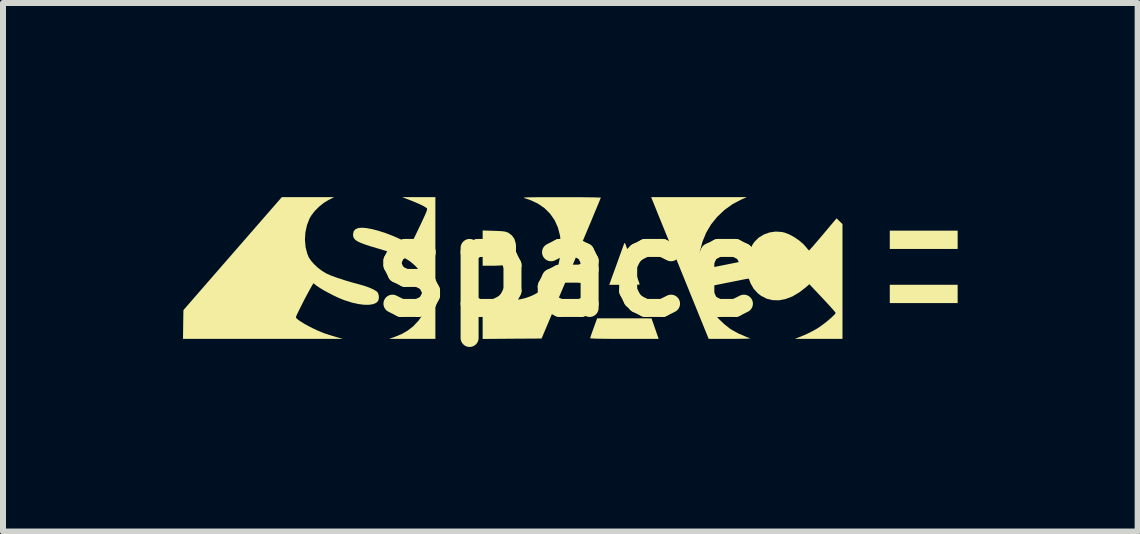
<source format=kicad_pcb>
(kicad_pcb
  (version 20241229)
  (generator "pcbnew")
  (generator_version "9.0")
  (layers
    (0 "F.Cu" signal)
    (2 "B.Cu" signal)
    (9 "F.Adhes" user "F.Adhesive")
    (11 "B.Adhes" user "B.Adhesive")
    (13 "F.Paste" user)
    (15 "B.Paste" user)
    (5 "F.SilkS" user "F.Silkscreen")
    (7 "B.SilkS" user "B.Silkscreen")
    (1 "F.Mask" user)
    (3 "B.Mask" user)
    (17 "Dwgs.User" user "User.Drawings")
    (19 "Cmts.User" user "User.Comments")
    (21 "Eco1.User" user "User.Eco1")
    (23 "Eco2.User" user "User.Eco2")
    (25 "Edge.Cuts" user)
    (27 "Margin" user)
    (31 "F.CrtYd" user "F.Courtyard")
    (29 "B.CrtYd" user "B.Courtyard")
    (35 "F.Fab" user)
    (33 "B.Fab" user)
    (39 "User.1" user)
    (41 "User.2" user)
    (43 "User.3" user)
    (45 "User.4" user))
  (footprint "space"
    (layer "F.Cu")
    (at 6.455 1.404)
    (property "Reference" "space" (at 0 0 0) (layer "F.SilkS") (effects (font (size 1.5 1.5) (thickness 0.3))))
    (attr board_only exclude_from_pos_files exclude_from_bom)
    (fp_poly (pts (xy 6.455 -0.457) (xy 6.455 -0.305) (xy 5.889 -0.305) (xy 5.324 -0.305) (xy 5.324 -0.457) (xy 5.324 -0.61) (xy 5.889 -0.61) (xy 6.455 -0.61)) (stroke (width 0) (type solid)) (fill yes) (layer "F.SilkS"))
    (fp_poly (pts (xy 6.455 0.445) (xy 6.455 0.597) (xy 5.889 0.597) (xy 5.324 0.597) (xy 5.324 0.445) (xy 5.324 0.292) (xy 5.889 0.292) (xy 6.455 0.292)) (stroke (width 0) (type solid)) (fill yes) (layer "F.SilkS"))
    (fp_poly (pts (xy 0.9 0.851) (xy 1.353 0.852) (xy 1.413 1.023) (xy 1.472 1.194) (xy 0.901 1.194) (xy 0.77 1.194) (xy 0.653 1.193) (xy 0.551 1.192) (xy 0.466 1.191) (xy 0.4 1.189) (xy 0.355 1.186) (xy 0.332 1.184) (xy 0.33 1.183) (xy 0.335 1.167) (xy 0.346 1.132) (xy 0.363 1.083) (xy 0.384 1.025) (xy 0.389 1.011) (xy 0.447 0.851)) (stroke (width 0) (type solid)) (fill yes) (layer "F.SilkS"))
    (fp_poly (pts (xy -1.274 -0.607) (xy -1.197 -0.604) (xy -1.141 -0.601) (xy -1.1 -0.596) (xy -1.069 -0.589) (xy -1.043 -0.579) (xy -1.032 -0.574) (xy -0.974 -0.531) (xy -0.933 -0.474) (xy -0.91 -0.4) (xy -0.905 -0.356) (xy -0.906 -0.263) (xy -0.923 -0.188) (xy -0.957 -0.126) (xy -0.979 -0.101) (xy -1.012 -0.073) (xy -1.05 -0.053) (xy -1.097 -0.039) (xy -1.158 -0.03) (xy -1.237 -0.026) (xy -1.302 -0.025) (xy -1.461 -0.025) (xy -1.461 -0.319) (xy -1.461 -0.613)) (stroke (width 0) (type solid)) (fill yes) (layer "F.SilkS"))
    (fp_poly (pts (xy 0.91 -0.403) (xy 0.913 -0.397) (xy 0.915 -0.393) (xy 0.921 -0.378) (xy 0.934 -0.342) (xy 0.953 -0.291) (xy 0.976 -0.227) (xy 1.002 -0.155) (xy 1.03 -0.077) (xy 1.058 0.001) (xy 1.084 0.077) (xy 1.109 0.147) (xy 1.129 0.207) (xy 1.145 0.252) (xy 1.154 0.28) (xy 1.156 0.288) (xy 1.144 0.289) (xy 1.111 0.29) (xy 1.059 0.291) (xy 0.994 0.292) (xy 0.918 0.292) (xy 0.903 0.292) (xy 0.649 0.292) (xy 0.7 0.149) (xy 0.725 0.081) (xy 0.755 -0.001) (xy 0.786 -0.087) (xy 0.814 -0.167) (xy 0.816 -0.172) (xy 0.846 -0.254) (xy 0.868 -0.315) (xy 0.884 -0.358) (xy 0.894 -0.386) (xy 0.902 -0.4) (xy 0.906 -0.405)) (stroke (width 0) (type solid)) (fill yes) (layer "F.SilkS"))
    (fp_poly (pts (xy 2.144 -1.169) (xy 2.942 -1.169) (xy 2.846 -1.127) (xy 2.702 -1.051) (xy 2.568 -0.954) (xy 2.448 -0.84) (xy 2.345 -0.713) (xy 2.265 -0.578) (xy 2.201 -0.423) (xy 2.159 -0.259) (xy 2.139 -0.089) (xy 2.141 0.083) (xy 2.164 0.253) (xy 2.208 0.419) (xy 2.272 0.577) (xy 2.351 0.713) (xy 2.411 0.791) (xy 2.486 0.873) (xy 2.568 0.95) (xy 2.651 1.016) (xy 2.694 1.045) (xy 2.802 1.104) (xy 2.932 1.16) (xy 2.999 1.186) (xy 2.992 1.187) (xy 2.962 1.189) (xy 2.913 1.191) (xy 2.848 1.192) (xy 2.769 1.193) (xy 2.679 1.193) (xy 2.662 1.193) (xy 2.306 1.194) (xy 1.843 0.054) (xy 1.777 -0.109) (xy 1.713 -0.265) (xy 1.653 -0.414) (xy 1.596 -0.554) (xy 1.544 -0.682) (xy 1.497 -0.797) (xy 1.456 -0.898) (xy 1.422 -0.983) (xy 1.395 -1.05) (xy 1.376 -1.097) (xy 1.365 -1.124) (xy 1.363 -1.128) (xy 1.347 -1.169)) (stroke (width 0) (type solid)) (fill yes) (layer "F.SilkS"))
    (fp_poly (pts (xy -0.028 -1.168) (xy 0.091 -1.168) (xy 0.2 -1.167) (xy 0.296 -1.166) (xy 0.377 -1.165) (xy 0.441 -1.163) (xy 0.484 -1.162) (xy 0.506 -1.16) (xy 0.508 -1.159) (xy 0.503 -1.146) (xy 0.489 -1.112) (xy 0.467 -1.057) (xy 0.436 -0.983) (xy 0.398 -0.893) (xy 0.354 -0.786) (xy 0.304 -0.667) (xy 0.248 -0.534) (xy 0.188 -0.391) (xy 0.124 -0.239) (xy 0.057 -0.079) (xy 0.015 0.019) (xy -0.479 1.188) (xy -0.97 1.191) (xy -1.461 1.195) (xy -1.461 0.885) (xy -1.461 0.576) (xy -1.21 0.568) (xy -1.064 0.562) (xy -0.939 0.55) (xy -0.832 0.533) (xy -0.737 0.51) (xy -0.652 0.479) (xy -0.573 0.44) (xy -0.506 0.399) (xy -0.402 0.315) (xy -0.316 0.216) (xy -0.249 0.1) (xy -0.2 -0.033) (xy -0.169 -0.184) (xy -0.165 -0.216) (xy -0.157 -0.375) (xy -0.171 -0.523) (xy -0.206 -0.66) (xy -0.261 -0.783) (xy -0.337 -0.892) (xy -0.431 -0.986) (xy -0.544 -1.063) (xy -0.674 -1.123) (xy -0.74 -1.144) (xy -0.757 -1.149) (xy -0.769 -1.154) (xy -0.775 -1.157) (xy -0.772 -1.16) (xy -0.759 -1.162) (xy -0.733 -1.164) (xy -0.694 -1.165) (xy -0.64 -1.166) (xy -0.567 -1.167) (xy -0.476 -1.167) (xy -0.363 -1.168) (xy -0.228 -1.168) (xy -0.156 -1.168)) (stroke (width 0) (type solid)) (fill yes) (layer "F.SilkS"))
    (fp_poly (pts (xy 4.487 -0.767) (xy 4.536 -0.719) (xy 4.536 0.238) (xy 4.536 1.194) (xy 4.139 1.194) (xy 3.742 1.194) (xy 3.877 1.14) (xy 3.947 1.109) (xy 4.022 1.072) (xy 4.092 1.034) (xy 4.122 1.016) (xy 4.169 0.984) (xy 4.222 0.945) (xy 4.275 0.903) (xy 4.326 0.861) (xy 4.369 0.822) (xy 4.402 0.789) (xy 4.42 0.767) (xy 4.422 0.761) (xy 4.413 0.748) (xy 4.39 0.72) (xy 4.354 0.679) (xy 4.307 0.627) (xy 4.252 0.568) (xy 4.203 0.515) (xy 3.984 0.283) (xy 3.928 0.332) (xy 3.814 0.42) (xy 3.7 0.487) (xy 3.587 0.53) (xy 3.476 0.551) (xy 3.37 0.548) (xy 3.269 0.523) (xy 3.175 0.473) (xy 3.13 0.439) (xy 3.058 0.362) (xy 3.004 0.269) (xy 2.966 0.165) (xy 2.945 0.054) (xy 2.942 -0.06) (xy 2.957 -0.174) (xy 2.989 -0.283) (xy 3.04 -0.383) (xy 3.071 -0.426) (xy 3.14 -0.494) (xy 3.225 -0.546) (xy 3.321 -0.58) (xy 3.422 -0.595) (xy 3.524 -0.588) (xy 3.571 -0.577) (xy 3.652 -0.546) (xy 3.737 -0.499) (xy 3.818 -0.443) (xy 3.888 -0.382) (xy 3.933 -0.331) (xy 3.956 -0.302) (xy 3.973 -0.283) (xy 3.978 -0.28) (xy 3.988 -0.289) (xy 4.012 -0.315) (xy 4.048 -0.356) (xy 4.094 -0.409) (xy 4.147 -0.471) (xy 4.206 -0.541) (xy 4.212 -0.548) (xy 4.437 -0.815)) (stroke (width 0) (type solid)) (fill yes) (layer "F.SilkS"))
    (fp_poly (pts (xy -2.249 0.013) (xy -2.249 1.194) (xy -2.633 1.193) (xy -3.018 1.193) (xy -2.935 1.164) (xy -2.813 1.114) (xy -2.711 1.056) (xy -2.621 0.986) (xy -2.613 0.978) (xy -2.529 0.889) (xy -2.467 0.798) (xy -2.425 0.7) (xy -2.401 0.589) (xy -2.392 0.506) (xy -2.392 0.378) (xy -2.408 0.266) (xy -2.443 0.167) (xy -2.497 0.076) (xy -2.572 -0.011) (xy -2.582 -0.021) (xy -2.631 -0.065) (xy -2.681 -0.104) (xy -2.737 -0.14) (xy -2.801 -0.173) (xy -2.877 -0.205) (xy -2.967 -0.238) (xy -3.075 -0.273) (xy -3.204 -0.312) (xy -3.224 -0.318) (xy -3.335 -0.351) (xy -3.424 -0.38) (xy -3.493 -0.406) (xy -3.544 -0.43) (xy -3.58 -0.454) (xy -3.603 -0.479) (xy -3.616 -0.506) (xy -3.621 -0.537) (xy -3.621 -0.548) (xy -3.611 -0.599) (xy -3.581 -0.634) (xy -3.531 -0.654) (xy -3.525 -0.655) (xy -3.464 -0.659) (xy -3.384 -0.651) (xy -3.289 -0.632) (xy -3.183 -0.603) (xy -3.07 -0.566) (xy -2.953 -0.521) (xy -2.836 -0.469) (xy -2.811 -0.458) (xy -2.655 -0.383) (xy -2.624 -0.445) (xy -2.609 -0.476) (xy -2.585 -0.525) (xy -2.555 -0.587) (xy -2.521 -0.659) (xy -2.485 -0.734) (xy -2.483 -0.739) (xy -2.446 -0.818) (xy -2.419 -0.877) (xy -2.401 -0.919) (xy -2.391 -0.948) (xy -2.387 -0.967) (xy -2.388 -0.978) (xy -2.394 -0.986) (xy -2.397 -0.988) (xy -2.441 -1.016) (xy -2.505 -1.048) (xy -2.586 -1.084) (xy -2.675 -1.12) (xy -2.802 -1.168) (xy -2.525 -1.169) (xy -2.249 -1.169)) (stroke (width 0) (type solid)) (fill yes) (layer "F.SilkS"))
    (fp_poly (pts (xy -4.03 -1.121) (xy -4.11 -1.072) (xy -4.188 -1.009) (xy -4.26 -0.937) (xy -4.317 -0.862) (xy -4.343 -0.819) (xy -4.388 -0.705) (xy -4.415 -0.583) (xy -4.423 -0.458) (xy -4.412 -0.336) (xy -4.383 -0.223) (xy -4.357 -0.162) (xy -4.321 -0.108) (xy -4.268 -0.049) (xy -4.205 0.01) (xy -4.136 0.062) (xy -4.069 0.102) (xy -4.064 0.105) (xy -3.984 0.14) (xy -3.882 0.177) (xy -3.763 0.216) (xy -3.628 0.256) (xy -3.54 0.279) (xy -3.436 0.309) (xy -3.348 0.34) (xy -3.279 0.371) (xy -3.231 0.4) (xy -3.21 0.42) (xy -3.194 0.462) (xy -3.19 0.512) (xy -3.201 0.557) (xy -3.202 0.56) (xy -3.234 0.593) (xy -3.286 0.615) (xy -3.355 0.626) (xy -3.438 0.625) (xy -3.533 0.613) (xy -3.637 0.59) (xy -3.748 0.555) (xy -3.807 0.533) (xy -3.88 0.502) (xy -3.957 0.465) (xy -4.034 0.425) (xy -4.108 0.385) (xy -4.173 0.345) (xy -4.226 0.31) (xy -4.263 0.281) (xy -4.277 0.265) (xy -4.284 0.272) (xy -4.301 0.299) (xy -4.325 0.341) (xy -4.355 0.395) (xy -4.389 0.458) (xy -4.425 0.525) (xy -4.46 0.594) (xy -4.494 0.661) (xy -4.524 0.722) (xy -4.549 0.773) (xy -4.566 0.811) (xy -4.573 0.833) (xy -4.574 0.835) (xy -4.563 0.852) (xy -4.533 0.878) (xy -4.487 0.909) (xy -4.428 0.945) (xy -4.361 0.982) (xy -4.288 1.019) (xy -4.214 1.054) (xy -4.142 1.084) (xy -4.104 1.099) (xy -4.043 1.119) (xy -3.972 1.142) (xy -3.906 1.161) (xy -3.901 1.163) (xy -3.793 1.193) (xy -5.124 1.193) (xy -6.455 1.194) (xy -6.452 0.954) (xy -6.448 0.714) (xy -5.629 -0.227) (xy -4.809 -1.168) (xy -4.373 -1.169) (xy -3.936 -1.169)) (stroke (width 0) (type solid)) (fill yes) (layer "F.SilkS")))
  (gr_rect
    (start -3 -3)
    (end 15.91 5.808)
    (stroke (width 0.1) (type default))
    (fill no)
    (layer "Edge.Cuts")))
</source>
